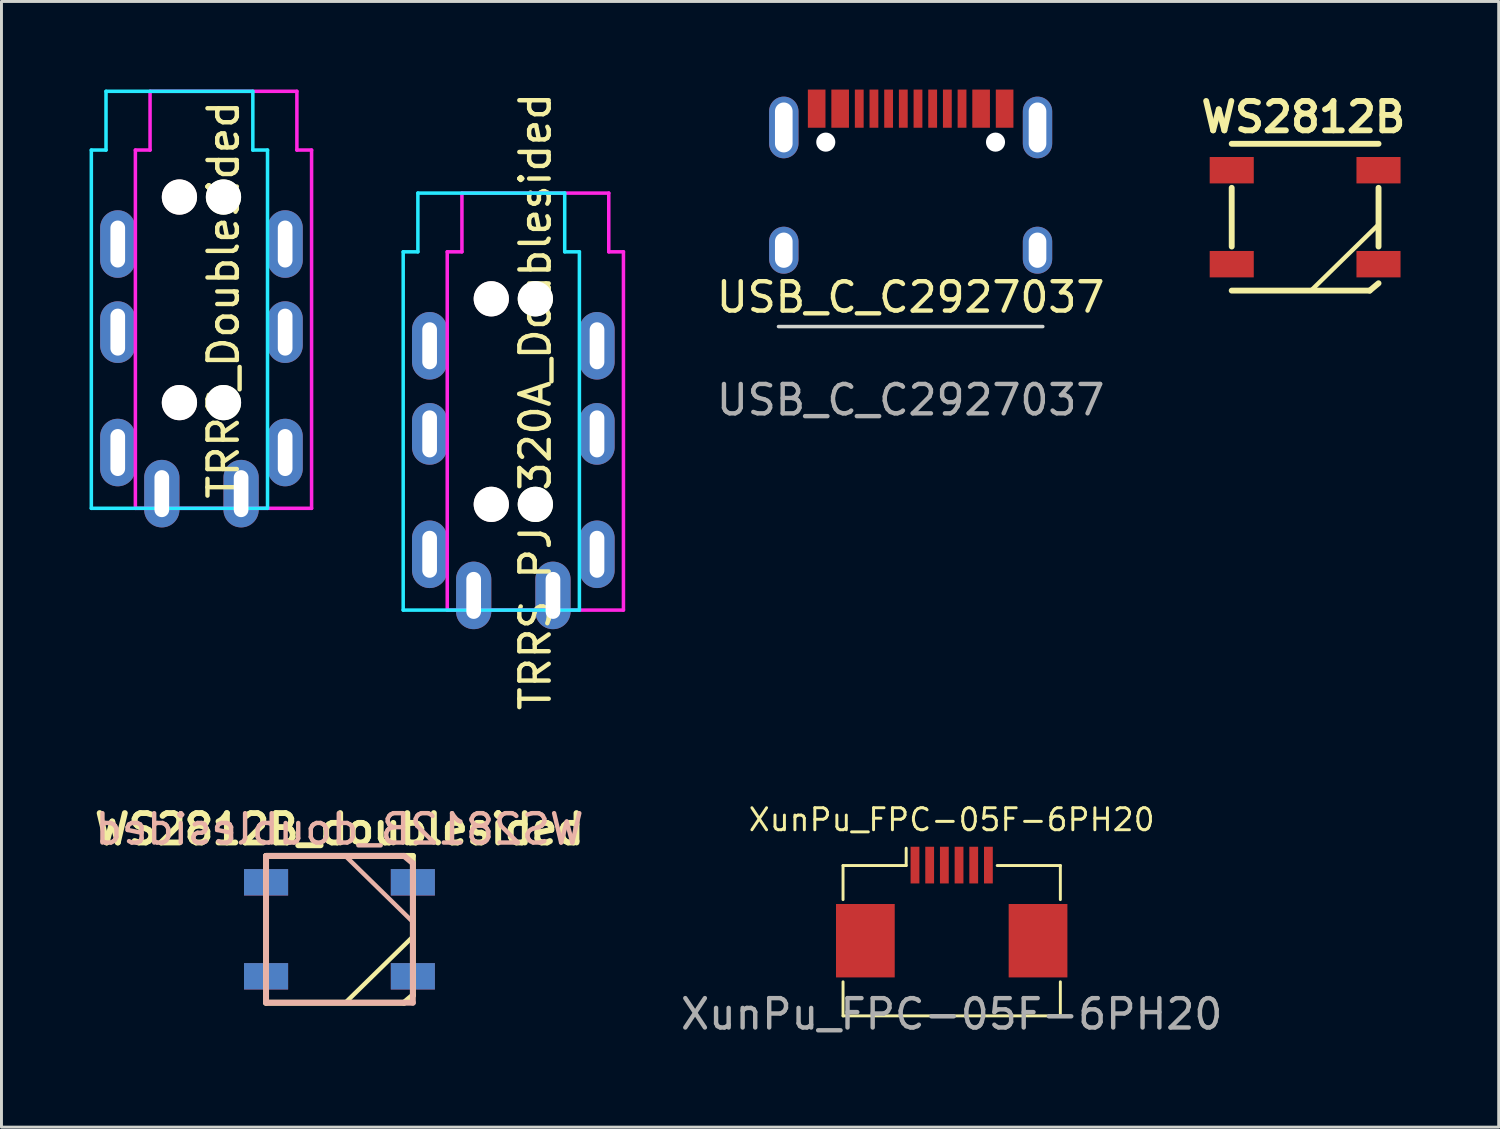
<source format=kicad_pcb>
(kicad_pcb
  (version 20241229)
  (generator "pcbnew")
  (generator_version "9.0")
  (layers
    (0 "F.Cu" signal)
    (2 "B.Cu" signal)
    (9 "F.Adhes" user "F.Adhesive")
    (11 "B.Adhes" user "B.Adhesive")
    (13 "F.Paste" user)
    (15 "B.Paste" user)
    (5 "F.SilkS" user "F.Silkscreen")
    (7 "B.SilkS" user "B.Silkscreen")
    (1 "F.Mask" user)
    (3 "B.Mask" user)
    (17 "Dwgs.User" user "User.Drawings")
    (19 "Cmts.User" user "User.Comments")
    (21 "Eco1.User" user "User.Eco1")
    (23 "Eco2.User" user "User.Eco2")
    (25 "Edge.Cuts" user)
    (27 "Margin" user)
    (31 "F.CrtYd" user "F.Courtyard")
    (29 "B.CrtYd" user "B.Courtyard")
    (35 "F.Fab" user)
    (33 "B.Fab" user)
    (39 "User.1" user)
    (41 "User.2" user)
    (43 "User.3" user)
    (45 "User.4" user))
  (footprint "XunPu_FPC-05F-6PH20"
    (layer "F.Cu")
    (at 29.358 27.414)
    (property "Reference" "XunPu_FPC-05F-6PH20" (at 0 -2.55 0) (unlocked yes) (layer "F.SilkS") (effects (font (size 0.75 0.75) (thickness 0.1))))
    (attr smd)
    (fp_line (start -3.7 -0.99) (end -3.7 0.17) (stroke (width 0.1) (type default)) (layer "F.SilkS"))
    (fp_line (start -3.7 -0.99) (end -1.55 -0.99) (stroke (width 0.1) (type default)) (layer "F.SilkS"))
    (fp_line (start -3.7 4.13) (end -3.7 2.97) (stroke (width 0.1) (type default)) (layer "F.SilkS"))
    (fp_line (start -1.55 -0.99) (end -1.55 -1.58) (stroke (width 0.1) (type default)) (layer "F.SilkS"))
    (fp_line (start 3.7 -0.99) (end 1.55 -0.99) (stroke (width 0.1) (type default)) (layer "F.SilkS"))
    (fp_line (start 3.7 -0.99) (end 3.7 0.17) (stroke (width 0.1) (type default)) (layer "F.SilkS"))
    (fp_line (start 3.7 4.13) (end -3.7 4.13) (stroke (width 0.1) (type default)) (layer "F.SilkS"))
    (fp_line (start 3.7 4.13) (end 3.7 2.97) (stroke (width 0.1) (type default)) (layer "F.SilkS"))
    (fp_text user "${REFERENCE}" (at 0 4.07 0) (unlocked yes) (layer "F.Fab") (effects (font (size 1 1) (thickness 0.15))))
    (pad "" smd rect (at -2.94 1.57) (size 2 2.5) (layers "F.Cu" "F.Mask" "F.Paste"))
    (pad "" smd rect (at 2.94 1.57) (size 2 2.5) (layers "F.Cu" "F.Mask" "F.Paste"))
    (pad "1" smd rect (at -1.25 -1.005) (size 0.3 1.25) (layers "F.Cu" "F.Mask" "F.Paste"))
    (pad "2" smd rect (at -0.75 -1.005) (size 0.3 1.25) (layers "F.Cu" "F.Mask" "F.Paste"))
    (pad "3" smd rect (at -0.25 -1.005) (size 0.3 1.25) (layers "F.Cu" "F.Mask" "F.Paste"))
    (pad "4" smd rect (at 0.25 -1.005) (size 0.3 1.25) (layers "F.Cu" "F.Mask" "F.Paste"))
    (pad "5" smd rect (at 0.75 -1.005) (size 0.3 1.25) (layers "F.Cu" "F.Mask" "F.Paste"))
    (pad "6" smd rect (at 1.25 -1.005) (size 0.3 1.25) (layers "F.Cu" "F.Mask" "F.Paste")))
  (footprint "TRRS_PJ-320A_Doublesided"
    (layer "F.Cu")
    (at 15.18 5.525)
    (property "Reference" "TRRS_PJ-320A_Doublesided" (at 0 5.1 90) (unlocked yes) (layer "F.SilkS") (effects (font (size 1 1) (thickness 0.15))))
    (attr through_hole)
    (fp_line (start -4.5 0) (end -4.5 12.2) (stroke (width 0.12) (type solid)) (layer "B.CrtYd"))
    (fp_line (start -4.5 12.2) (end 1.5 12.2) (stroke (width 0.12) (type solid)) (layer "B.CrtYd"))
    (fp_line (start -4 -2) (end -4 0) (stroke (width 0.12) (type solid)) (layer "B.CrtYd"))
    (fp_line (start -4 0) (end -4.5 0) (stroke (width 0.12) (type solid)) (layer "B.CrtYd"))
    (fp_line (start 1 -2) (end -4 -2) (stroke (width 0.12) (type solid)) (layer "B.CrtYd"))
    (fp_line (start 1 0) (end 1 -2) (stroke (width 0.12) (type solid)) (layer "B.CrtYd"))
    (fp_line (start 1.5 0) (end 1 0) (stroke (width 0.12) (type solid)) (layer "B.CrtYd"))
    (fp_line (start 1.5 12.2) (end 1.5 0) (stroke (width 0.12) (type solid)) (layer "B.CrtYd"))
    (fp_line (start -3 0) (end -2.5 0) (stroke (width 0.12) (type solid)) (layer "F.CrtYd"))
    (fp_line (start -3 12.2) (end -3 0) (stroke (width 0.12) (type solid)) (layer "F.CrtYd"))
    (fp_line (start -2.5 -2) (end 2.5 -2) (stroke (width 0.12) (type solid)) (layer "F.CrtYd"))
    (fp_line (start -2.5 0) (end -2.5 -2) (stroke (width 0.12) (type solid)) (layer "F.CrtYd"))
    (fp_line (start 2.5 -2) (end 2.5 0) (stroke (width 0.12) (type solid)) (layer "F.CrtYd"))
    (fp_line (start 2.5 0) (end 3 0) (stroke (width 0.12) (type solid)) (layer "F.CrtYd"))
    (fp_line (start 3 0) (end 3 12.2) (stroke (width 0.12) (type solid)) (layer "F.CrtYd"))
    (fp_line (start 3 12.2) (end -3 12.2) (stroke (width 0.12) (type solid)) (layer "F.CrtYd"))
    (pad "" np_thru_hole circle (at -1.5 1.6) (size 1.2 1.2) (drill 1.2) (layers "*.Cu" "*.Mask" "B.SilkS"))
    (pad "" np_thru_hole circle (at -1.5 8.6) (size 1.2 1.2) (drill 1.2) (layers "*.Cu" "*.Mask" "B.SilkS"))
    (pad "" np_thru_hole circle (at 0 1.6) (size 1.2 1.2) (drill 1.2) (layers "*.Cu" "*.Mask" "F.SilkS"))
    (pad "" np_thru_hole circle (at 0 8.6) (size 1.2 1.2) (drill 1.2) (layers "*.Cu" "*.Mask" "F.SilkS"))
    (pad "1" thru_hole oval (at -2.1 11.7) (size 1.2 2.3) (drill oval 0.5 1.6) (layers "*.Cu" "*.Mask"))
    (pad "1" thru_hole oval (at 0.6 11.7) (size 1.2 2.3) (drill oval 0.5 1.6) (layers "*.Cu" "*.Mask"))
    (pad "2" thru_hole oval (at -3.6 10.3) (size 1.2 2.3) (drill oval 0.5 1.6) (layers "*.Cu" "*.Mask"))
    (pad "2" thru_hole oval (at 2.1 10.3) (size 1.2 2.3) (drill oval 0.5 1.6) (layers "*.Cu" "*.Mask"))
    (pad "3" thru_hole oval (at -3.6 6.2) (size 1.2 2.1) (drill oval 0.5 1.6) (layers "*.Cu" "*.Mask"))
    (pad "3" thru_hole oval (at 2.1 6.2) (size 1.2 2.1) (drill oval 0.5 1.6) (layers "*.Cu" "*.Mask"))
    (pad "4" thru_hole oval (at -3.6 3.2) (size 1.2 2.3) (drill oval 0.5 1.6) (layers "*.Cu" "*.Mask"))
    (pad "4" thru_hole oval (at 2.1 3.2) (size 1.2 2.3) (drill oval 0.5 1.6) (layers "*.Cu" "*.Mask")))
  (footprint "WS2812B_doublesided"
    (layer "F.Cu")
    (at 8.51 28.596)
    (property "Reference" "WS2812B_doublesided" (at 0 -3.41 0) (layer "F.SilkS") (effects (font (size 1 1) (thickness 0.2))))
    (attr smd)
    (fp_line (start -2.5 -2.5) (end 2.5 -2.5) (stroke (width 0.2) (type solid)) (layer "F.SilkS"))
    (fp_line (start -2.499 2.499) (end -2.499 -2.499) (stroke (width 0.2) (type solid)) (layer "F.SilkS"))
    (fp_line (start 0.2 2.5) (end 2.5 0.25) (stroke (width 0.15) (type solid)) (layer "F.SilkS"))
    (fp_line (start 2.2 2.5) (end -2.5 2.5) (stroke (width 0.2) (type solid)) (layer "F.SilkS"))
    (fp_line (start 2.2 2.5) (end 2.5 2.25) (stroke (width 0.2) (type solid)) (layer "F.SilkS"))
    (fp_line (start 2.5 2.25) (end 2.5 -2.5) (stroke (width 0.2) (type solid)) (layer "F.SilkS"))
    (fp_line (start -2.501 2.499) (end 2.499 2.499) (stroke (width 0.2) (type solid)) (layer "B.SilkS"))
    (fp_line (start -2.5 -2.5) (end -2.5 2.499) (stroke (width 0.2) (type solid)) (layer "B.SilkS"))
    (fp_line (start 0.199 -2.501) (end 2.499 -0.251) (stroke (width 0.15) (type solid)) (layer "B.SilkS"))
    (fp_line (start 2.199 -2.501) (end -2.501 -2.501) (stroke (width 0.2) (type solid)) (layer "B.SilkS"))
    (fp_line (start 2.199 -2.501) (end 2.499 -2.251) (stroke (width 0.2) (type solid)) (layer "B.SilkS"))
    (fp_line (start 2.499 -2.251) (end 2.499 2.499) (stroke (width 0.2) (type solid)) (layer "B.SilkS"))
    (fp_text user "${REFERENCE}" (at 0 -3.41 0) (unlocked yes) (layer "B.SilkS") (effects (font (size 1 1) (thickness 0.15)) (justify mirror)))
    (pad "1" smd rect (at -2.5 1.6 90) (size 0.899 1.501) (layers "B.Cu" "B.Mask" "B.Paste"))
    (pad "1" smd rect (at -2.499 -1.6 90) (size 0.899 1.501) (layers "F.Cu" "F.Mask" "F.Paste"))
    (pad "2" smd rect (at -2.5 -1.601 90) (size 0.899 1.501) (layers "B.Cu" "B.Mask" "B.Paste"))
    (pad "2" smd rect (at -2.499 1.6 90) (size 0.899 1.501) (layers "F.Cu" "F.Mask" "F.Paste"))
    (pad "3" smd rect (at 2.499 -1.601 90) (size 0.899 1.501) (layers "B.Cu" "B.Mask" "B.Paste"))
    (pad "3" smd rect (at 2.499 1.6 90) (size 0.899 1.501) (layers "F.Cu" "F.Mask" "F.Paste"))
    (pad "4" smd rect (at 2.499 1.6 90) (size 0.899 1.501) (layers "B.Cu" "B.Mask" "B.Paste"))
    (pad "4" smd rect (at 2.499 -1.6 90) (size 0.899 1.501) (layers "F.Cu" "F.Mask" "F.Paste")))
  (footprint "USB_C_C2927037"
    (layer "F.Cu")
    (at 27.96 8.07)
    (property "Reference" "USB_C_C2927037" (at 0 -1 0) (unlocked yes) (layer "F.SilkS") (effects (font (size 1 1) (thickness 0.15))))
    (attr smd)
    (fp_line (start -4.5 0) (end 4.5 0) (stroke (width 0.12) (type solid)) (layer "Edge.Cuts"))
    (fp_text user "${REFERENCE}" (at 0 2.5 0) (unlocked yes) (layer "F.Fab") (effects (font (size 1 1) (thickness 0.15))))
    (pad "" np_thru_hole circle (at -2.89 -6.28) (size 0.65 0.65) (drill 0.65) (layers "*.Cu" "*.Mask"))
    (pad "" np_thru_hole circle (at 2.89 -6.28) (size 0.65 0.65) (drill 0.65) (layers "*.Cu" "*.Mask"))
    (pad "A1" smd rect (at -3.2 -7.42) (size 0.6 1.3) (layers "F.Cu" "F.Mask" "F.Paste"))
    (pad "A4" smd rect (at -2.4 -7.42) (size 0.6 1.3) (layers "F.Cu" "F.Mask" "F.Paste"))
    (pad "A5" smd rect (at -1.25 -7.42) (size 0.3 1.3) (layers "F.Cu" "F.Mask" "F.Paste"))
    (pad "A6" smd rect (at -0.25 -7.42) (size 0.3 1.3) (layers "F.Cu" "F.Mask" "F.Paste"))
    (pad "A7" smd rect (at 0.25 -7.42) (size 0.3 1.3) (layers "F.Cu" "F.Mask" "F.Paste"))
    (pad "A8" smd rect (at 1.25 -7.42) (size 0.3 1.3) (layers "F.Cu" "F.Mask" "F.Paste"))
    (pad "A9" smd rect (at 2.4 -7.42) (size 0.6 1.3) (layers "F.Cu" "F.Mask" "F.Paste"))
    (pad "A12" smd rect (at 3.2 -7.42) (size 0.6 1.3) (layers "F.Cu" "F.Mask" "F.Paste"))
    (pad "B5" smd rect (at 1.75 -7.42) (size 0.3 1.3) (layers "F.Cu" "F.Mask" "F.Paste"))
    (pad "B6" smd rect (at 0.75 -7.42) (size 0.3 1.3) (layers "F.Cu" "F.Mask" "F.Paste"))
    (pad "B7" smd rect (at -0.75 -7.42) (size 0.3 1.3) (layers "F.Cu" "F.Mask" "F.Paste"))
    (pad "B9" smd rect (at -1.75 -7.42) (size 0.3 1.3) (layers "F.Cu" "F.Mask" "F.Paste"))
    (pad "S1" thru_hole oval (at -4.32 -6.78) (size 1 2.1) (drill oval 0.6 1.7) (layers "*.Cu" "*.Mask" "F.Paste"))
    (pad "S1" thru_hole oval (at -4.32 -2.6) (size 1 1.6) (drill oval 0.6 1.2) (layers "*.Cu" "*.Mask" "F.Paste"))
    (pad "S1" thru_hole oval (at 4.32 -6.78) (size 1 2.1) (drill oval 0.6 1.7) (layers "*.Cu" "*.Mask" "F.Paste"))
    (pad "S1" thru_hole oval (at 4.32 -2.6) (size 1 1.6) (drill oval 0.6 1.2) (layers "*.Cu" "*.Mask" "F.Paste")))
  (footprint "WS2812B"
    (layer "F.Cu")
    (at 41.393 4.346)
    (property "Reference" "WS2812B" (at -0.06 -3.41 0) (layer "F.SilkS") (effects (font (size 1 1) (thickness 0.2))))
    (attr smd)
    (fp_line (start -2.5 -2.5) (end 2.5 -2.5) (stroke (width 0.2) (type solid)) (layer "F.SilkS"))
    (fp_line (start -2.499 1) (end -2.5 -1) (stroke (width 0.2) (type solid)) (layer "F.SilkS"))
    (fp_line (start 0.2 2.5) (end 2.5 0.25) (stroke (width 0.15) (type solid)) (layer "F.SilkS"))
    (fp_line (start 2.2 2.5) (end -2.5 2.5) (stroke (width 0.2) (type solid)) (layer "F.SilkS"))
    (fp_line (start 2.2 2.5) (end 2.5 2.25) (stroke (width 0.2) (type solid)) (layer "F.SilkS"))
    (fp_line (start 2.5 1) (end 2.5 -1) (stroke (width 0.2) (type solid)) (layer "F.SilkS"))
    (pad "1" smd rect (at -2.499 -1.6 90) (size 0.899 1.501) (layers "F.Cu" "F.Mask" "F.Paste"))
    (pad "2" smd rect (at -2.499 1.6 90) (size 0.899 1.501) (layers "F.Cu" "F.Mask" "F.Paste"))
    (pad "3" smd rect (at 2.499 1.6 90) (size 0.899 1.501) (layers "F.Cu" "F.Mask" "F.Paste"))
    (pad "4" smd rect (at 2.499 -1.6 90) (size 0.899 1.501) (layers "F.Cu" "F.Mask" "F.Paste")))
  (footprint "TRRS_Doublesided"
    (layer "F.Cu")
    (at 4.56 2.06)
    (property "Reference" "TRRS_Doublesided" (at 0 5.1 90) (unlocked yes) (layer "F.SilkS") (effects (font (size 1 1) (thickness 0.15))))
    (attr through_hole)
    (fp_line (start -4.5 0) (end -4.5 12.2) (stroke (width 0.12) (type solid)) (layer "B.CrtYd"))
    (fp_line (start -4.5 12.2) (end 1.5 12.2) (stroke (width 0.12) (type solid)) (layer "B.CrtYd"))
    (fp_line (start -4 -2) (end -4 0) (stroke (width 0.12) (type solid)) (layer "B.CrtYd"))
    (fp_line (start -4 0) (end -4.5 0) (stroke (width 0.12) (type solid)) (layer "B.CrtYd"))
    (fp_line (start 1 -2) (end -4 -2) (stroke (width 0.12) (type solid)) (layer "B.CrtYd"))
    (fp_line (start 1 0) (end 1 -2) (stroke (width 0.12) (type solid)) (layer "B.CrtYd"))
    (fp_line (start 1.5 0) (end 1 0) (stroke (width 0.12) (type solid)) (layer "B.CrtYd"))
    (fp_line (start 1.5 12.2) (end 1.5 0) (stroke (width 0.12) (type solid)) (layer "B.CrtYd"))
    (fp_line (start -3 0) (end -2.5 0) (stroke (width 0.12) (type solid)) (layer "F.CrtYd"))
    (fp_line (start -3 12.2) (end -3 0) (stroke (width 0.12) (type solid)) (layer "F.CrtYd"))
    (fp_line (start -2.5 -2) (end 2.5 -2) (stroke (width 0.12) (type solid)) (layer "F.CrtYd"))
    (fp_line (start -2.5 0) (end -2.5 -2) (stroke (width 0.12) (type solid)) (layer "F.CrtYd"))
    (fp_line (start 2.5 -2) (end 2.5 0) (stroke (width 0.12) (type solid)) (layer "F.CrtYd"))
    (fp_line (start 2.5 0) (end 3 0) (stroke (width 0.12) (type solid)) (layer "F.CrtYd"))
    (fp_line (start 3 0) (end 3 12.2) (stroke (width 0.12) (type solid)) (layer "F.CrtYd"))
    (fp_line (start 3 12.2) (end -3 12.2) (stroke (width 0.12) (type solid)) (layer "F.CrtYd"))
    (pad "" np_thru_hole circle (at -1.5 1.6) (size 1.2 1.2) (drill 1.2) (layers "*.Cu" "*.Mask" "B.SilkS"))
    (pad "" np_thru_hole circle (at -1.5 8.6) (size 1.2 1.2) (drill 1.2) (layers "*.Cu" "*.Mask" "B.SilkS"))
    (pad "" np_thru_hole circle (at 0 1.6) (size 1.2 1.2) (drill 1.2) (layers "*.Cu" "*.Mask" "F.SilkS"))
    (pad "" np_thru_hole circle (at 0 8.6) (size 1.2 1.2) (drill 1.2) (layers "*.Cu" "*.Mask" "F.SilkS"))
    (pad "1" thru_hole oval (at -2.1 11.7) (size 1.2 2.3) (drill oval 0.5 1.6) (layers "*.Cu" "*.Mask"))
    (pad "1" thru_hole oval (at 0.6 11.7) (size 1.2 2.3) (drill oval 0.5 1.6) (layers "*.Cu" "*.Mask"))
    (pad "2" thru_hole oval (at -3.6 10.3) (size 1.2 2.3) (drill oval 0.5 1.6) (layers "*.Cu" "*.Mask"))
    (pad "2" thru_hole oval (at 2.1 10.3) (size 1.2 2.3) (drill oval 0.5 1.6) (layers "*.Cu" "*.Mask"))
    (pad "3" thru_hole oval (at -3.6 6.2) (size 1.2 2.1) (drill oval 0.5 1.6) (layers "*.Cu" "*.Mask"))
    (pad "3" thru_hole oval (at 2.1 6.2) (size 1.2 2.1) (drill oval 0.5 1.6) (layers "*.Cu" "*.Mask"))
    (pad "4" thru_hole oval (at -3.6 3.2) (size 1.2 2.3) (drill oval 0.5 1.6) (layers "*.Cu" "*.Mask"))
    (pad "4" thru_hole oval (at 2.1 3.2) (size 1.2 2.3) (drill oval 0.5 1.6) (layers "*.Cu" "*.Mask")))
  (gr_rect
    (start -3 -3)
    (end 47.985 35.333)
    (stroke (width 0.1) (type default))
    (fill no)
    (layer "Edge.Cuts")))
</source>
